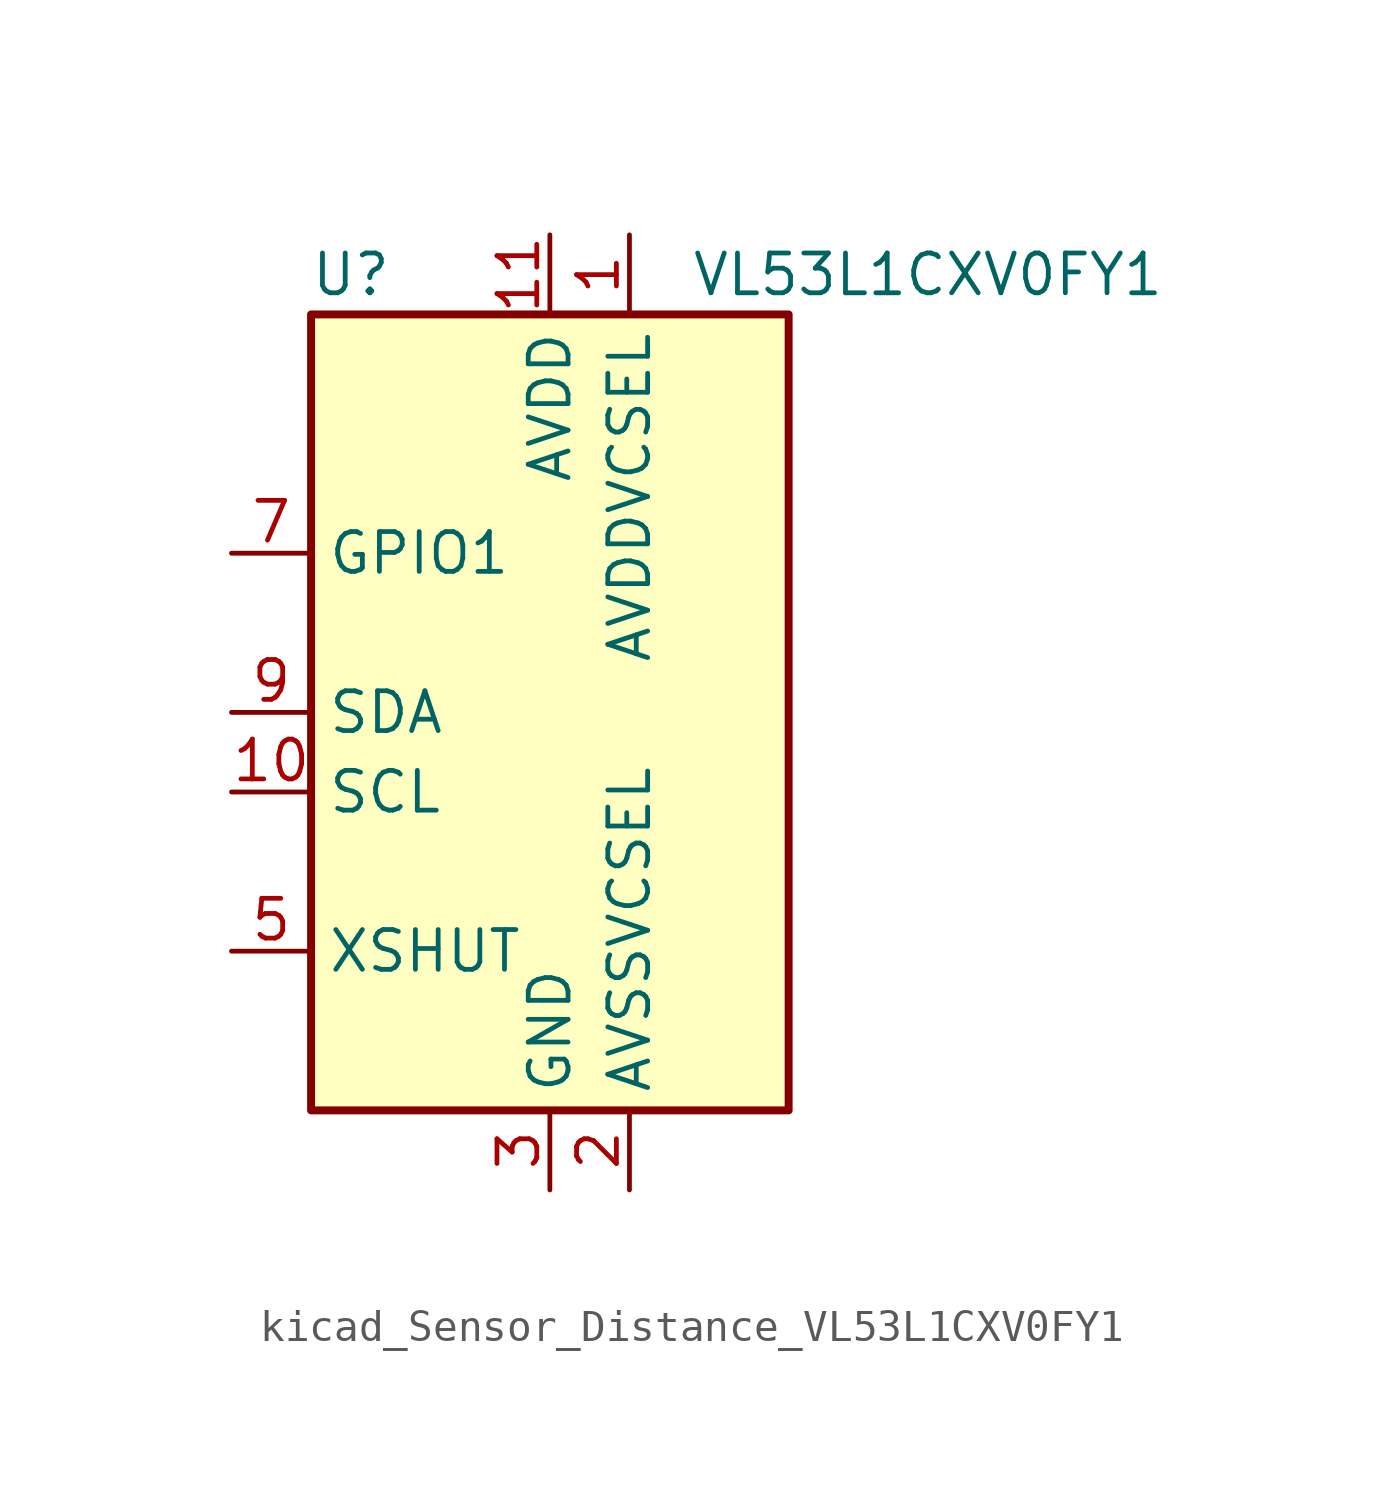
<source format=kicad_sym>
(kicad_symbol_lib
  (version 20220914)
  (generator kicad_symbol_editor)
  (symbol "kicad_Sensor_Distance_VL53L1CXV0FY1"
    (property "Reference" "U"
      (at -6.35 13.97 0)
      (effects (font (size 1.27 1.27))))
    (property "Value" "VL53L1CXV0FY1"
      (at 12.065 13.97 0)
      (effects (font (size 1.27 1.27))))
    (symbol "kicad_Sensor_Distance_VL53L1CXV0FY1_0_1"
      (rectangle (start -7.62 12.7) (end 7.62 -12.7) (stroke (width 0.254) (type default)) (fill (type background))))
    (symbol "kicad_Sensor_Distance_VL53L1CXV0FY1_1_1"
      (pin power_in line (at 2.54 15.24 270) (length 2.54) (name "AVDDVCSEL" (effects (font (size 1.27 1.27)))) (number "1" (effects (font (size 1.27 1.27)))))
      (pin input line (at -10.16 -2.54 0) (length 2.54) (name "SCL" (effects (font (size 1.27 1.27)))) (number "10" (effects (font (size 1.27 1.27)))))
      (pin power_in line (at 0 15.24 270) (length 2.54) (name "AVDD" (effects (font (size 1.27 1.27)))) (number "11" (effects (font (size 1.27 1.27)))))
      (pin passive line (at 0 -15.24 90) (length 2.54) hide (name "GND" (effects (font (size 1.27 1.27)))) (number "12" (effects (font (size 1.27 1.27)))))
      (pin power_in line (at 2.54 -15.24 90) (length 2.54) (name "AVSSVCSEL" (effects (font (size 1.27 1.27)))) (number "2" (effects (font (size 1.27 1.27)))))
      (pin power_in line (at 0 -15.24 90) (length 2.54) (name "GND" (effects (font (size 1.27 1.27)))) (number "3" (effects (font (size 1.27 1.27)))))
      (pin passive line (at 0 -15.24 90) (length 2.54) hide (name "GND" (effects (font (size 1.27 1.27)))) (number "4" (effects (font (size 1.27 1.27)))))
      (pin input line (at -10.16 -7.62 0) (length 2.54) (name "XSHUT" (effects (font (size 1.27 1.27)))) (number "5" (effects (font (size 1.27 1.27)))))
      (pin passive line (at 0 -15.24 90) (length 2.54) hide (name "GND" (effects (font (size 1.27 1.27)))) (number "6" (effects (font (size 1.27 1.27)))))
      (pin open_collector line (at -10.16 5.08 0) (length 2.54) (name "GPIO1" (effects (font (size 1.27 1.27)))) (number "7" (effects (font (size 1.27 1.27)))))
      (pin no_connect line (at -7.62 7.62 0) (length 2.54) hide (name "DNC" (effects (font (size 1.27 1.27)))) (number "8" (effects (font (size 1.27 1.27)))))
      (pin bidirectional line (at -10.16 0 0) (length 2.54) (name "SDA" (effects (font (size 1.27 1.27)))) (number "9" (effects (font (size 1.27 1.27))))))))
</source>
